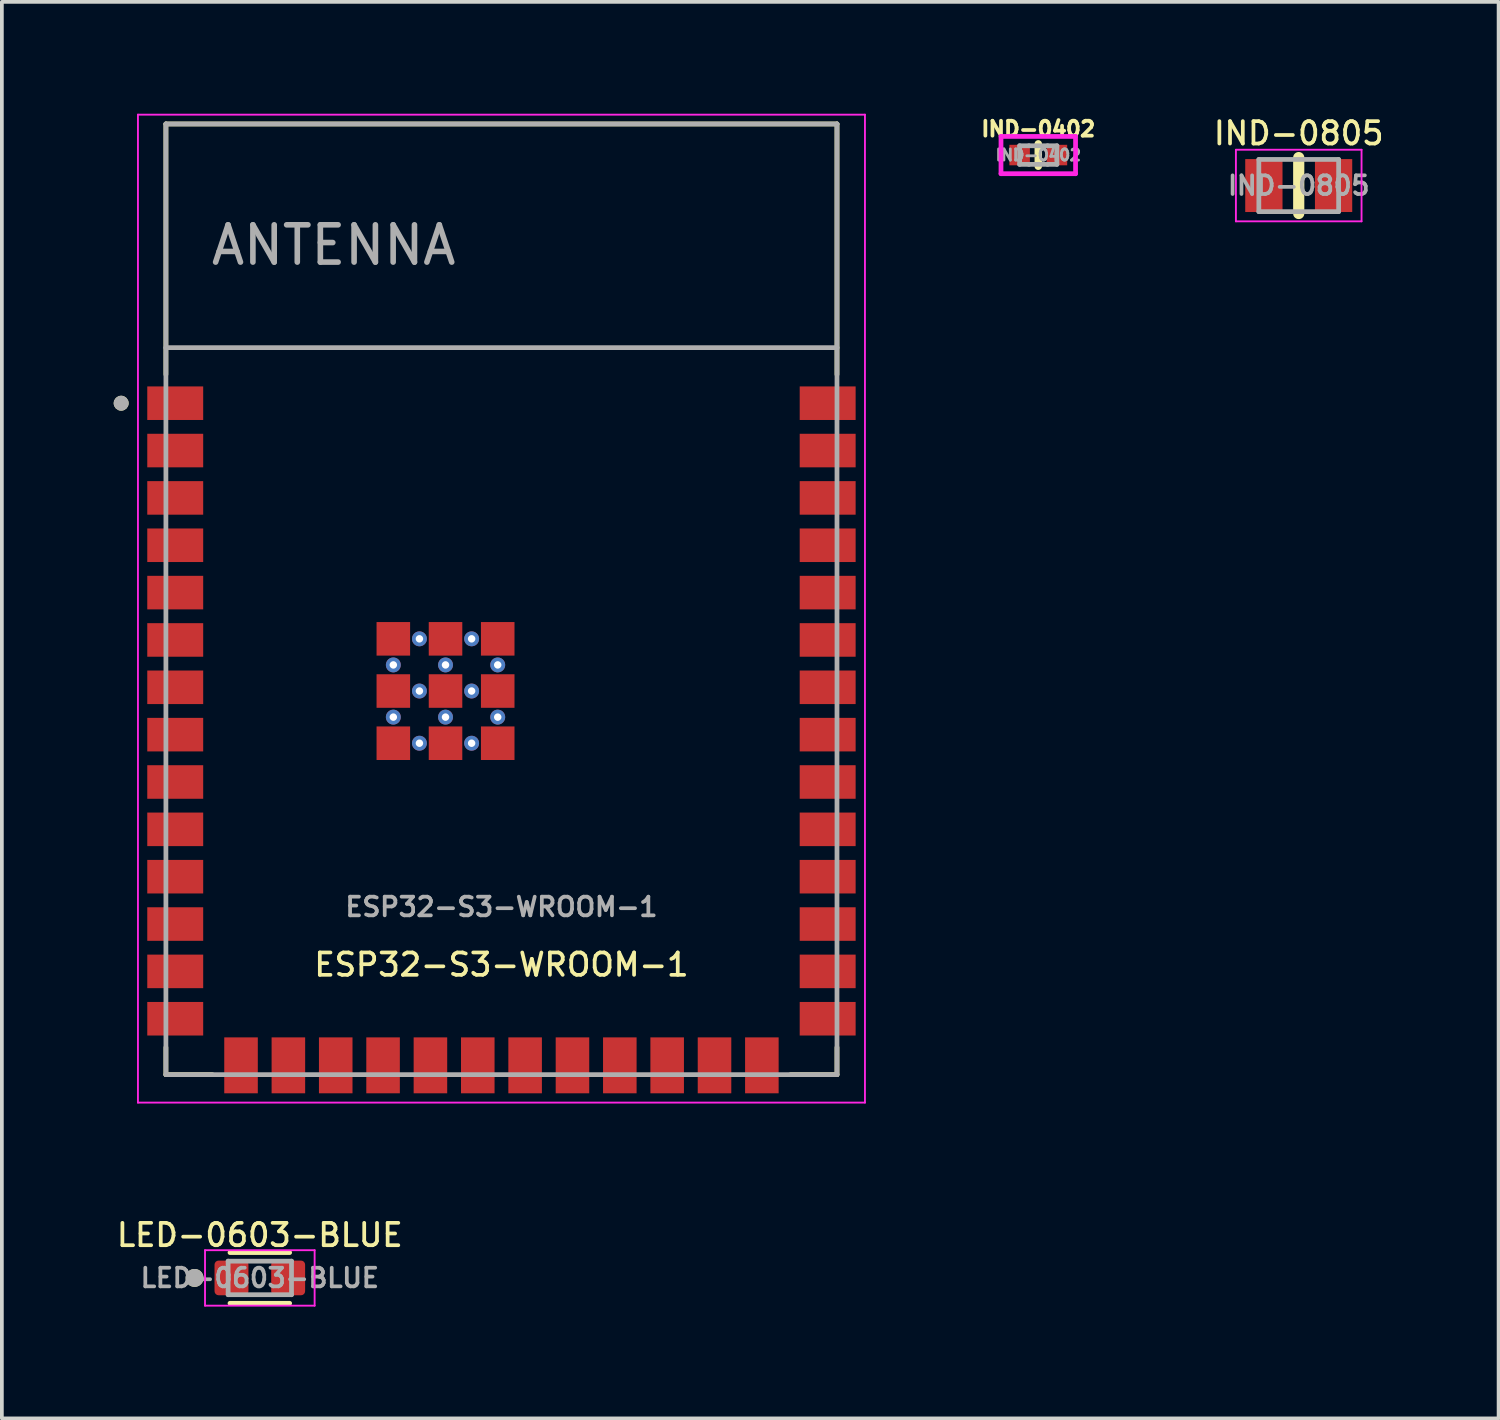
<source format=kicad_pcb>
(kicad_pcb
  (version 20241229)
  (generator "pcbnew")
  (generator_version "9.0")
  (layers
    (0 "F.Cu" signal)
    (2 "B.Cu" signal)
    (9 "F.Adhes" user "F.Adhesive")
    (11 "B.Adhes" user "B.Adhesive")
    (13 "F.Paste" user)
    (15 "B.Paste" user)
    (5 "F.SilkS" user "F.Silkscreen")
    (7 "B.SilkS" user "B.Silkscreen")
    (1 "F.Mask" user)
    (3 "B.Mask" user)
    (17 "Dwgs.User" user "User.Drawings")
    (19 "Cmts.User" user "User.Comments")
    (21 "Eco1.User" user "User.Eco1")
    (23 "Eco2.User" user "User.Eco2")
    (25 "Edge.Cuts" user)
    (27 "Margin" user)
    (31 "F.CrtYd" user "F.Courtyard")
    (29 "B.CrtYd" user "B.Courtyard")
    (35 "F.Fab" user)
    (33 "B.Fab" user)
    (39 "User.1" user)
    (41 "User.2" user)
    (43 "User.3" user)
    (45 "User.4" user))
  (footprint "ESP32-S3-WROOM-1"
    (layer "F.Cu")
    (at 10.4 13.025)
    (property "Reference" "ESP32-S3-WROOM-1" (at 0 9.8 0) (layer "F.SilkS") (effects (font (size 0.6 0.6) (thickness 0.1) (bold yes))))
    (attr smd)
    (fp_line (start -9 -12.75) (end 9 -12.75) (stroke (width 0.127) (type solid)) (layer "F.SilkS"))
    (fp_line (start -9 -6.03) (end -9 -12.75) (stroke (width 0.127) (type solid)) (layer "F.SilkS"))
    (fp_line (start -9 12.02) (end -9 12.75) (stroke (width 0.127) (type solid)) (layer "F.SilkS"))
    (fp_line (start -9 12.75) (end -7.755 12.75) (stroke (width 0.127) (type solid)) (layer "F.SilkS"))
    (fp_line (start 9 -12.75) (end 9 -6.03) (stroke (width 0.127) (type solid)) (layer "F.SilkS"))
    (fp_line (start 9 12.02) (end 9 12.75) (stroke (width 0.127) (type solid)) (layer "F.SilkS"))
    (fp_line (start 9 12.75) (end 7.755 12.75) (stroke (width 0.127) (type solid)) (layer "F.SilkS"))
    (fp_circle (center -10.2 -5.26) (end -10.1 -5.26) (stroke (width 0.2) (type solid)) (fill no) (layer "F.SilkS"))
    (fp_line (start -9.75 -13) (end 9.75 -13) (stroke (width 0.05) (type solid)) (layer "F.CrtYd"))
    (fp_line (start -9.75 13.5) (end -9.75 -13) (stroke (width 0.05) (type solid)) (layer "F.CrtYd"))
    (fp_line (start -9.75 13.5) (end 9.75 13.5) (stroke (width 0.05) (type solid)) (layer "F.CrtYd"))
    (fp_line (start 9.75 -13) (end 9.75 13.5) (stroke (width 0.05) (type solid)) (layer "F.CrtYd"))
    (fp_line (start -9 -12.75) (end 9 -12.75) (stroke (width 0.127) (type solid)) (layer "F.Fab"))
    (fp_line (start -9 -6.75) (end -9 -12.75) (stroke (width 0.127) (type solid)) (layer "F.Fab"))
    (fp_line (start -9 -6.75) (end 9 -6.75) (stroke (width 0.127) (type solid)) (layer "F.Fab"))
    (fp_line (start -9 12.75) (end -9 -6.75) (stroke (width 0.127) (type solid)) (layer "F.Fab"))
    (fp_line (start 9 -12.75) (end 9 -6.75) (stroke (width 0.127) (type solid)) (layer "F.Fab"))
    (fp_line (start 9 -6.75) (end 9 12.75) (stroke (width 0.127) (type solid)) (layer "F.Fab"))
    (fp_line (start 9 12.75) (end -9 12.75) (stroke (width 0.127) (type solid)) (layer "F.Fab"))
    (fp_circle (center -10.2 -5.26) (end -10.1 -5.26) (stroke (width 0.2) (type solid)) (fill no) (layer "F.Fab"))
    (fp_text user "ANTENNA" (at -4.5 -9.5 0) (layer "F.Fab") (effects (font (size 1 1) (thickness 0.15))))
    (fp_text user "${REFERENCE}" (at 0 8.25 0) (unlocked yes) (layer "F.Fab") (effects (font (size 0.5 0.5) (thickness 0.1))))
    (pad "1" smd rect (at -8.75 -5.26) (size 1.5 0.9) (layers "F.Cu" "F.Mask" "F.Paste"))
    (pad "2" smd rect (at -8.75 -3.99) (size 1.5 0.9) (layers "F.Cu" "F.Mask" "F.Paste"))
    (pad "3" smd rect (at -8.75 -2.72) (size 1.5 0.9) (layers "F.Cu" "F.Mask" "F.Paste"))
    (pad "4" smd rect (at -8.75 -1.45) (size 1.5 0.9) (layers "F.Cu" "F.Mask" "F.Paste"))
    (pad "5" smd rect (at -8.75 -0.18) (size 1.5 0.9) (layers "F.Cu" "F.Mask" "F.Paste"))
    (pad "6" smd rect (at -8.75 1.09) (size 1.5 0.9) (layers "F.Cu" "F.Mask" "F.Paste"))
    (pad "7" smd rect (at -8.75 2.36) (size 1.5 0.9) (layers "F.Cu" "F.Mask" "F.Paste"))
    (pad "8" smd rect (at -8.75 3.63) (size 1.5 0.9) (layers "F.Cu" "F.Mask" "F.Paste"))
    (pad "9" smd rect (at -8.75 4.9) (size 1.5 0.9) (layers "F.Cu" "F.Mask" "F.Paste"))
    (pad "10" smd rect (at -8.75 6.17) (size 1.5 0.9) (layers "F.Cu" "F.Mask" "F.Paste"))
    (pad "11" smd rect (at -8.75 7.44) (size 1.5 0.9) (layers "F.Cu" "F.Mask" "F.Paste"))
    (pad "12" smd rect (at -8.75 8.71) (size 1.5 0.9) (layers "F.Cu" "F.Mask" "F.Paste"))
    (pad "13" smd rect (at -8.75 9.98) (size 1.5 0.9) (layers "F.Cu" "F.Mask" "F.Paste"))
    (pad "14" smd rect (at -8.75 11.25) (size 1.5 0.9) (layers "F.Cu" "F.Mask" "F.Paste"))
    (pad "15" smd rect (at -6.985 12.5) (size 0.9 1.5) (layers "F.Cu" "F.Mask" "F.Paste"))
    (pad "16" smd rect (at -5.715 12.5) (size 0.9 1.5) (layers "F.Cu" "F.Mask" "F.Paste"))
    (pad "17" smd rect (at -4.445 12.5) (size 0.9 1.5) (layers "F.Cu" "F.Mask" "F.Paste"))
    (pad "18" smd rect (at -3.175 12.5) (size 0.9 1.5) (layers "F.Cu" "F.Mask" "F.Paste"))
    (pad "19" smd rect (at -1.905 12.5) (size 0.9 1.5) (layers "F.Cu" "F.Mask" "F.Paste"))
    (pad "20" smd rect (at -0.635 12.5) (size 0.9 1.5) (layers "F.Cu" "F.Mask" "F.Paste"))
    (pad "21" smd rect (at 0.635 12.5) (size 0.9 1.5) (layers "F.Cu" "F.Mask" "F.Paste"))
    (pad "22" smd rect (at 1.905 12.5) (size 0.9 1.5) (layers "F.Cu" "F.Mask" "F.Paste"))
    (pad "23" smd rect (at 3.175 12.5) (size 0.9 1.5) (layers "F.Cu" "F.Mask" "F.Paste"))
    (pad "24" smd rect (at 4.445 12.5) (size 0.9 1.5) (layers "F.Cu" "F.Mask" "F.Paste"))
    (pad "25" smd rect (at 5.715 12.5) (size 0.9 1.5) (layers "F.Cu" "F.Mask" "F.Paste"))
    (pad "26" smd rect (at 6.985 12.5) (size 0.9 1.5) (layers "F.Cu" "F.Mask" "F.Paste"))
    (pad "27" smd rect (at 8.75 11.25) (size 1.5 0.9) (layers "F.Cu" "F.Mask" "F.Paste"))
    (pad "28" smd rect (at 8.75 9.98) (size 1.5 0.9) (layers "F.Cu" "F.Mask" "F.Paste"))
    (pad "29" smd rect (at 8.75 8.71) (size 1.5 0.9) (layers "F.Cu" "F.Mask" "F.Paste"))
    (pad "30" smd rect (at 8.75 7.44) (size 1.5 0.9) (layers "F.Cu" "F.Mask" "F.Paste"))
    (pad "31" smd rect (at 8.75 6.17) (size 1.5 0.9) (layers "F.Cu" "F.Mask" "F.Paste"))
    (pad "32" smd rect (at 8.75 4.9) (size 1.5 0.9) (layers "F.Cu" "F.Mask" "F.Paste"))
    (pad "33" smd rect (at 8.75 3.63) (size 1.5 0.9) (layers "F.Cu" "F.Mask" "F.Paste"))
    (pad "34" smd rect (at 8.75 2.36) (size 1.5 0.9) (layers "F.Cu" "F.Mask" "F.Paste"))
    (pad "35" smd rect (at 8.75 1.09) (size 1.5 0.9) (layers "F.Cu" "F.Mask" "F.Paste"))
    (pad "36" smd rect (at 8.75 -0.18) (size 1.5 0.9) (layers "F.Cu" "F.Mask" "F.Paste"))
    (pad "37" smd rect (at 8.75 -1.45) (size 1.5 0.9) (layers "F.Cu" "F.Mask" "F.Paste"))
    (pad "38" smd rect (at 8.75 -2.72) (size 1.5 0.9) (layers "F.Cu" "F.Mask" "F.Paste"))
    (pad "39" smd rect (at 8.75 -3.99) (size 1.5 0.9) (layers "F.Cu" "F.Mask" "F.Paste"))
    (pad "40" smd rect (at 8.75 -5.26) (size 1.5 0.9) (layers "F.Cu" "F.Mask" "F.Paste"))
    (pad "41_1" smd rect (at -1.5 2.46) (size 0.9 0.9) (layers "F.Cu" "F.Mask" "F.Paste"))
    (pad "41_2" smd rect (at -2.9 2.46) (size 0.9 0.9) (layers "F.Cu" "F.Mask" "F.Paste"))
    (pad "41_3" smd rect (at -0.1 2.46) (size 0.9 0.9) (layers "F.Cu" "F.Mask" "F.Paste"))
    (pad "41_4" smd rect (at -2.9 3.86) (size 0.9 0.9) (layers "F.Cu" "F.Mask" "F.Paste"))
    (pad "41_5" smd rect (at -1.5 3.86) (size 0.9 0.9) (layers "F.Cu" "F.Mask" "F.Paste"))
    (pad "41_6" smd rect (at -0.1 3.86) (size 0.9 0.9) (layers "F.Cu" "F.Mask" "F.Paste"))
    (pad "41_7" smd rect (at -2.9 1.06) (size 0.9 0.9) (layers "F.Cu" "F.Mask" "F.Paste"))
    (pad "41_8" smd rect (at -1.5 1.06) (size 0.9 0.9) (layers "F.Cu" "F.Mask" "F.Paste"))
    (pad "41_9" smd rect (at -0.1 1.06) (size 0.9 0.9) (layers "F.Cu" "F.Mask" "F.Paste"))
    (pad "41_10" thru_hole circle (at -1.5 1.76) (size 0.4 0.4) (drill 0.2) (layers "*.Cu"))
    (pad "41_11" thru_hole circle (at -2.9 1.76) (size 0.4 0.4) (drill 0.2) (layers "*.Cu"))
    (pad "41_12" thru_hole circle (at -0.1 1.76) (size 0.4 0.4) (drill 0.2) (layers "*.Cu"))
    (pad "41_13" thru_hole circle (at -2.9 3.16) (size 0.4 0.4) (drill 0.2) (layers "*.Cu"))
    (pad "41_14" thru_hole circle (at -1.5 3.16) (size 0.4 0.4) (drill 0.2) (layers "*.Cu"))
    (pad "41_15" thru_hole circle (at -0.1 3.16) (size 0.4 0.4) (drill 0.2) (layers "*.Cu"))
    (pad "41_16" thru_hole circle (at -2.2 1.06) (size 0.4 0.4) (drill 0.2) (layers "*.Cu"))
    (pad "41_17" thru_hole circle (at -0.8 1.06) (size 0.4 0.4) (drill 0.2) (layers "*.Cu"))
    (pad "41_18" thru_hole circle (at -2.2 2.46) (size 0.4 0.4) (drill 0.2) (layers "*.Cu"))
    (pad "41_19" thru_hole circle (at -0.8 2.46) (size 0.4 0.4) (drill 0.2) (layers "*.Cu"))
    (pad "41_20" thru_hole circle (at -2.2 3.86) (size 0.4 0.4) (drill 0.2) (layers "*.Cu"))
    (pad "41_21" thru_hole circle (at -0.8 3.86) (size 0.4 0.4) (drill 0.2) (layers "*.Cu"))
    (zone (net_name "") (layer "F.Cu") (hatch full 0.508) (connect_pads) (min_thickness 0.01) (filled_areas_thickness no) (keepout (tracks not_allowed) (vias not_allowed) (pads not_allowed) (copperpour not_allowed) (footprints allowed)) (placement (enabled no)) (fill) (polygon (pts (xy 1.4 0.275) (xy 19.4 0.275) (xy 19.4 6.275) (xy 1.4 6.275))))
    (zone (net_name "") (layers "F.Cu" "B.Cu") (hatch full 0.508) (connect_pads) (min_thickness 0.01) (filled_areas_thickness no) (keepout (tracks allowed) (vias not_allowed) (pads allowed) (copperpour allowed) (footprints allowed)) (placement (enabled no)) (fill) (polygon (pts (xy 1.4 0.275) (xy 19.4 0.275) (xy 19.4 6.275) (xy 1.4 6.275))))
    (zone (net_name "") (layer "B.Cu") (hatch full 0.508) (connect_pads) (min_thickness 0.01) (filled_areas_thickness no) (keepout (tracks not_allowed) (vias not_allowed) (pads not_allowed) (copperpour not_allowed) (footprints allowed)) (placement (enabled no)) (fill) (polygon (pts (xy 1.4 0.275) (xy 19.4 0.275) (xy 19.4 6.275) (xy 1.4 6.275)))))
  (footprint "IND-0402"
    (layer "F.Cu")
    (at 24.799 1.109)
    (property "Reference" "IND-0402" (at 0 -0.7 0) (layer "F.SilkS") (effects (font (size 0.4 0.4) (thickness 0.1) (bold yes))))
    (attr smd)
    (fp_line (start 0 -0.3) (end 0 0.3) (stroke (width 0.2) (type default)) (layer "F.SilkS"))
    (fp_line (start -1 -0.5) (end 1 -0.5) (stroke (width 0.127) (type solid)) (layer "F.CrtYd"))
    (fp_line (start -1 0.5) (end -1 -0.5) (stroke (width 0.127) (type solid)) (layer "F.CrtYd"))
    (fp_line (start 1 -0.5) (end 1 0.5) (stroke (width 0.127) (type solid)) (layer "F.CrtYd"))
    (fp_line (start 1 0.5) (end -1 0.5) (stroke (width 0.127) (type solid)) (layer "F.CrtYd"))
    (fp_line (start -0.5 -0.25) (end -0.5 0.25) (stroke (width 0.127) (type solid)) (layer "F.Fab"))
    (fp_line (start -0.5 -0.25) (end -0.25 -0.25) (stroke (width 0.127) (type solid)) (layer "F.Fab"))
    (fp_line (start -0.5 0.25) (end -0.25 0.25) (stroke (width 0.127) (type solid)) (layer "F.Fab"))
    (fp_line (start -0.25 -0.25) (end 0.25 -0.25) (stroke (width 0.127) (type solid)) (layer "F.Fab"))
    (fp_line (start -0.25 0.25) (end 0.25 0.25) (stroke (width 0.127) (type solid)) (layer "F.Fab"))
    (fp_line (start 0.25 -0.25) (end 0.5 -0.25) (stroke (width 0.127) (type solid)) (layer "F.Fab"))
    (fp_line (start 0.25 0.25) (end 0.5 0.25) (stroke (width 0.127) (type solid)) (layer "F.Fab"))
    (fp_line (start 0.5 0.25) (end 0.5 -0.25) (stroke (width 0.127) (type solid)) (layer "F.Fab"))
    (fp_text user "${REFERENCE}" (at 0 0 0) (layer "F.Fab") (effects (font (size 0.3 0.3) (thickness 0.075) (bold yes))))
    (pad "1" smd rect (at -0.5 0) (size 0.55 0.55) (layers "F.Cu" "F.Mask" "F.Paste"))
    (pad "2" smd rect (at 0.5 0) (size 0.55 0.55) (layers "F.Cu" "F.Mask" "F.Paste")))
  (footprint "IND-0805"
    (layer "F.Cu")
    (at 31.785 1.927)
    (property "Reference" "IND-0805" (at 0 -1.4 0) (layer "F.SilkS") (effects (font (size 0.6 0.6) (thickness 0.1) (bold yes))))
    (attr smd)
    (fp_line (start 0 -0.75) (end 0 0.75) (stroke (width 0.3) (type solid)) (layer "F.SilkS"))
    (fp_line (start -1.685 -0.96) (end 1.685 -0.96) (stroke (width 0.05) (type solid)) (layer "F.CrtYd"))
    (fp_line (start -1.685 0.96) (end -1.685 -0.96) (stroke (width 0.05) (type solid)) (layer "F.CrtYd"))
    (fp_line (start -1.685 0.96) (end 1.685 0.96) (stroke (width 0.05) (type solid)) (layer "F.CrtYd"))
    (fp_line (start 1.685 0.96) (end 1.685 -0.96) (stroke (width 0.05) (type solid)) (layer "F.CrtYd"))
    (fp_line (start -1.07 0.7) (end -1.07 -0.7) (stroke (width 0.127) (type solid)) (layer "F.Fab"))
    (fp_line (start 1.07 -0.7) (end -1.07 -0.7) (stroke (width 0.127) (type solid)) (layer "F.Fab"))
    (fp_line (start 1.07 0.7) (end -1.07 0.7) (stroke (width 0.127) (type solid)) (layer "F.Fab"))
    (fp_line (start 1.07 0.7) (end 1.07 -0.7) (stroke (width 0.127) (type solid)) (layer "F.Fab"))
    (fp_text user "${REFERENCE}" (at 0 0 0) (layer "F.Fab") (effects (font (size 0.5 0.5) (thickness 0.1) (bold yes))))
    (pad "1" smd rect (at -0.935 0) (size 1 1.42) (layers "F.Cu" "F.Mask" "F.Paste"))
    (pad "2" smd rect (at 0.935 0) (size 1 1.42) (layers "F.Cu" "F.Mask" "F.Paste")))
  (footprint "LED-0603-BLUE"
    (layer "F.Cu")
    (at 3.919 31.227)
    (property "Reference" "LED-0603-BLUE" (at 0 -1.15 0) (layer "F.SilkS") (effects (font (size 0.6 0.6) (thickness 0.1) (bold yes))))
    (attr smd)
    (fp_line (start -0.8 -0.68) (end 0.8 -0.68) (stroke (width 0.127) (type solid)) (layer "F.SilkS"))
    (fp_line (start -0.8 0.68) (end 0.8 0.68) (stroke (width 0.127) (type solid)) (layer "F.SilkS"))
    (fp_circle (center -1.75 0) (end -1.63 0) (stroke (width 0.24) (type solid)) (fill no) (layer "F.SilkS"))
    (fp_line (start -1.47 -0.744) (end 1.47 -0.744) (stroke (width 0.05) (type solid)) (layer "F.CrtYd"))
    (fp_line (start -1.47 0.744) (end -1.47 -0.744) (stroke (width 0.05) (type solid)) (layer "F.CrtYd"))
    (fp_line (start 1.47 -0.744) (end 1.47 0.744) (stroke (width 0.05) (type solid)) (layer "F.CrtYd"))
    (fp_line (start 1.47 0.744) (end -1.47 0.744) (stroke (width 0.05) (type solid)) (layer "F.CrtYd"))
    (fp_line (start -0.85 -0.45) (end -0.85 0.45) (stroke (width 0.127) (type solid)) (layer "F.Fab"))
    (fp_line (start -0.85 -0.45) (end 0.85 -0.45) (stroke (width 0.127) (type solid)) (layer "F.Fab"))
    (fp_line (start -0.85 0.45) (end 0.85 0.45) (stroke (width 0.127) (type solid)) (layer "F.Fab"))
    (fp_line (start 0.85 -0.45) (end 0.85 0.45) (stroke (width 0.127) (type solid)) (layer "F.Fab"))
    (fp_circle (center -1.75 0) (end -1.63 0) (stroke (width 0.24) (type solid)) (fill no) (layer "F.Fab"))
    (fp_text user "${REFERENCE}" (at 0 0 0) (layer "F.Fab") (effects (font (size 0.5 0.5) (thickness 0.1) (bold yes))))
    (pad "A" smd roundrect (at 0.76 0) (size 0.91 0.93) (layers "F.Cu" "F.Mask" "F.Paste") (roundrect_rratio 0.12))
    (pad "C" smd roundrect (at -0.76 0) (size 0.91 0.93) (layers "F.Cu" "F.Mask" "F.Paste") (roundrect_rratio 0.12)))
  (gr_rect
    (start -3 -3)
    (end 37.146 34.995)
    (stroke (width 0.1) (type default))
    (fill no)
    (layer "Edge.Cuts")))
</source>
